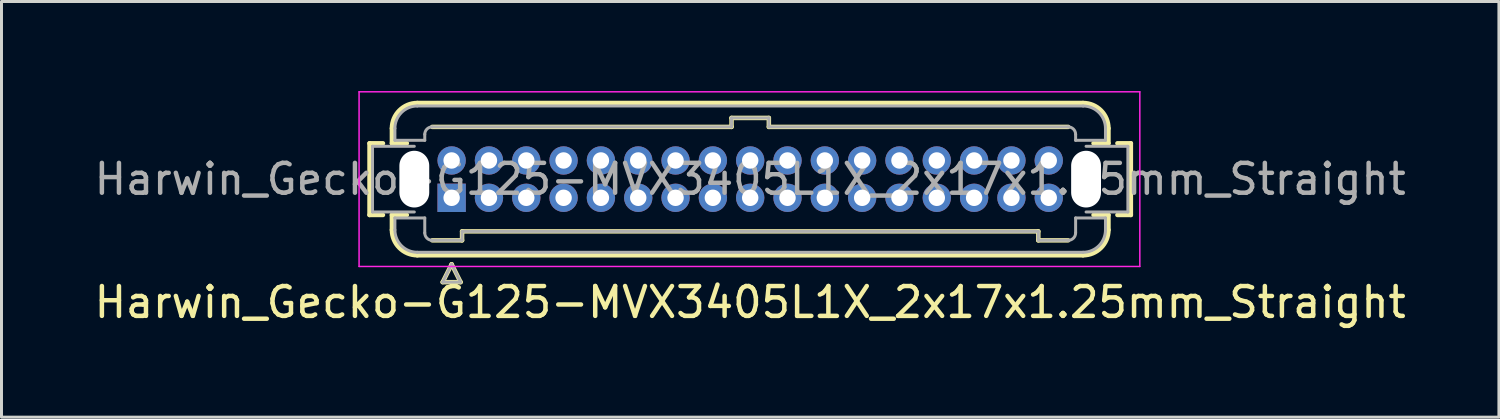
<source format=kicad_pcb>
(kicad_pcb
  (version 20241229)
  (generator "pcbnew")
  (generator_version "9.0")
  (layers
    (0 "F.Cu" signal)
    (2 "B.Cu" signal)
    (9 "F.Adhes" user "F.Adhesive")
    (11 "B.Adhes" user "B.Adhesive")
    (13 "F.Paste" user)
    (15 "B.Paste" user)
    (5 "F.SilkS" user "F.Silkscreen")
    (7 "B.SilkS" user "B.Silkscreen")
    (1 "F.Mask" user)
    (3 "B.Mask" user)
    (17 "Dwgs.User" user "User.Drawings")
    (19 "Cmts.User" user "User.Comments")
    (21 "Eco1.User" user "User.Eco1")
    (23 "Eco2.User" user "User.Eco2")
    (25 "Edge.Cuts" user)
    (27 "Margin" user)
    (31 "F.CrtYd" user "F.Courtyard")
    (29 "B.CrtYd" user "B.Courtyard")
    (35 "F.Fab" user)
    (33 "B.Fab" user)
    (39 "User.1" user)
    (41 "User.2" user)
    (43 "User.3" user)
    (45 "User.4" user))
  (footprint "Harwin_Gecko-G125-MVX3405L1X_2x17x1.25mm_Straight"
    (layer "F.Cu")
    (at 12.077 3.575)
    (property "Reference" "Harwin_Gecko-G125-MVX3405L1X_2x17x1.25mm_Straight" (at 10 3.5 0) (layer "F.SilkS") (effects (font (size 1 1) (thickness 0.15))))
    (attr through_hole)
    (fp_line (start -2.75 -1.825) (end -2.75 0.575) (stroke (width 0.15) (type solid)) (layer "F.SilkS"))
    (fp_line (start -2.75 0.575) (end -2.3 0.575) (stroke (width 0.15) (type solid)) (layer "F.SilkS"))
    (fp_line (start -2.3 -1.825) (end -2.75 -1.825) (stroke (width 0.15) (type solid)) (layer "F.SilkS"))
    (fp_line (start -2 -1.825) (end -2 -2.325) (stroke (width 0.15) (type solid)) (layer "F.SilkS"))
    (fp_line (start -2 -1.825) (end -1.5 -1.825) (stroke (width 0.15) (type solid)) (layer "F.SilkS"))
    (fp_line (start -2 0.575) (end -1.5 0.575) (stroke (width 0.15) (type solid)) (layer "F.SilkS"))
    (fp_line (start -2 1.075) (end -2 0.575) (stroke (width 0.15) (type solid)) (layer "F.SilkS"))
    (fp_line (start -1.15 -3.175) (end 21.15 -3.175) (stroke (width 0.15) (type solid)) (layer "F.SilkS"))
    (fp_line (start -1.15 1.925) (end 21.15 1.925) (stroke (width 0.15) (type solid)) (layer "F.SilkS"))
    (fp_line (start -0.65 -2.375) (end 9.375 -2.375) (stroke (width 0.15) (type solid)) (layer "F.SilkS"))
    (fp_line (start -0.65 1.425) (end 0.35 1.425) (stroke (width 0.15) (type solid)) (layer "F.SilkS"))
    (fp_line (start -0.3 2.825) (end 0.3 2.825) (stroke (width 0.15) (type solid)) (layer "F.SilkS"))
    (fp_line (start 0 2.225) (end -0.3 2.825) (stroke (width 0.15) (type solid)) (layer "F.SilkS"))
    (fp_line (start 0.3 2.825) (end 0 2.225) (stroke (width 0.15) (type solid)) (layer "F.SilkS"))
    (fp_line (start 0.35 1.125) (end 19.65 1.125) (stroke (width 0.15) (type solid)) (layer "F.SilkS"))
    (fp_line (start 0.35 1.425) (end 0.35 1.125) (stroke (width 0.15) (type solid)) (layer "F.SilkS"))
    (fp_line (start 9.375 -2.675) (end 10.625 -2.675) (stroke (width 0.15) (type solid)) (layer "F.SilkS"))
    (fp_line (start 9.375 -2.375) (end 9.375 -2.675) (stroke (width 0.15) (type solid)) (layer "F.SilkS"))
    (fp_line (start 10.625 -2.675) (end 10.625 -2.375) (stroke (width 0.15) (type solid)) (layer "F.SilkS"))
    (fp_line (start 10.625 -2.375) (end 20.65 -2.375) (stroke (width 0.15) (type solid)) (layer "F.SilkS"))
    (fp_line (start 19.65 1.125) (end 19.65 1.425) (stroke (width 0.15) (type solid)) (layer "F.SilkS"))
    (fp_line (start 19.65 1.425) (end 20.65 1.425) (stroke (width 0.15) (type solid)) (layer "F.SilkS"))
    (fp_line (start 22 -2.325) (end 22 -1.825) (stroke (width 0.15) (type solid)) (layer "F.SilkS"))
    (fp_line (start 22 -1.825) (end 21.5 -1.825) (stroke (width 0.15) (type solid)) (layer "F.SilkS"))
    (fp_line (start 22 0.575) (end 21.5 0.575) (stroke (width 0.15) (type solid)) (layer "F.SilkS"))
    (fp_line (start 22 1.075) (end 22 0.575) (stroke (width 0.15) (type solid)) (layer "F.SilkS"))
    (fp_line (start 22.3 0.575) (end 22.75 0.575) (stroke (width 0.15) (type solid)) (layer "F.SilkS"))
    (fp_line (start 22.75 -1.825) (end 22.3 -1.825) (stroke (width 0.15) (type solid)) (layer "F.SilkS"))
    (fp_line (start 22.75 -1.825) (end 22.75 0.575) (stroke (width 0.15) (type solid)) (layer "F.SilkS"))
    (fp_arc (start -2 -2.325) (mid -1.751041 -2.926041) (end -1.15 -3.175) (stroke (width 0.15) (type solid)) (layer "F.SilkS"))
    (fp_arc (start -1.15 1.925) (mid -1.751041 1.676041) (end -2 1.075) (stroke (width 0.15) (type solid)) (layer "F.SilkS"))
    (fp_arc (start 21.15 -3.175) (mid 21.751041 -2.926041) (end 22 -2.325) (stroke (width 0.15) (type solid)) (layer "F.SilkS"))
    (fp_arc (start 22 1.075) (mid 21.751041 1.676041) (end 21.15 1.925) (stroke (width 0.15) (type solid)) (layer "F.SilkS"))
    (fp_line (start -3.1 -3.55) (end -3.1 2.3) (stroke (width 0.05) (type solid)) (layer "F.CrtYd"))
    (fp_line (start -3.1 2.3) (end 23.05 2.3) (stroke (width 0.05) (type solid)) (layer "F.CrtYd"))
    (fp_line (start 23.05 -3.55) (end -3.1 -3.55) (stroke (width 0.05) (type solid)) (layer "F.CrtYd"))
    (fp_line (start 23.05 2.3) (end 23.05 -3.55) (stroke (width 0.05) (type solid)) (layer "F.CrtYd"))
    (fp_line (start -2.65 0.475) (end -2.65 -1.725) (stroke (width 0.1) (type solid)) (layer "F.Fab"))
    (fp_line (start -2.65 0.475) (end -1.25 0.475) (stroke (width 0.1) (type solid)) (layer "F.Fab"))
    (fp_line (start -1.9 -2.325) (end -1.9 -1.925) (stroke (width 0.1) (type solid)) (layer "F.Fab"))
    (fp_line (start -1.9 -1.925) (end -0.9 -1.925) (stroke (width 0.1) (type solid)) (layer "F.Fab"))
    (fp_line (start -1.9 0.675) (end -0.9 0.675) (stroke (width 0.1) (type solid)) (layer "F.Fab"))
    (fp_line (start -1.9 1.075) (end -1.9 0.675) (stroke (width 0.1) (type solid)) (layer "F.Fab"))
    (fp_line (start -1.25 -1.725) (end -2.65 -1.725) (stroke (width 0.1) (type solid)) (layer "F.Fab"))
    (fp_line (start -1.15 -3.075) (end 21.15 -3.075) (stroke (width 0.1) (type solid)) (layer "F.Fab"))
    (fp_line (start -1.15 1.825) (end 21.15 1.825) (stroke (width 0.1) (type solid)) (layer "F.Fab"))
    (fp_line (start -0.9 -2.125) (end -0.9 -1.925) (stroke (width 0.1) (type solid)) (layer "F.Fab"))
    (fp_line (start -0.9 1.175) (end -0.9 0.675) (stroke (width 0.1) (type solid)) (layer "F.Fab"))
    (fp_line (start -0.65 -2.375) (end 9.375 -2.375) (stroke (width 0.1) (type solid)) (layer "F.Fab"))
    (fp_line (start -0.65 1.425) (end 0.35 1.425) (stroke (width 0.1) (type solid)) (layer "F.Fab"))
    (fp_line (start -0.3 2.825) (end 0.3 2.825) (stroke (width 0.1) (type solid)) (layer "F.Fab"))
    (fp_line (start 0 2.225) (end -0.3 2.825) (stroke (width 0.1) (type solid)) (layer "F.Fab"))
    (fp_line (start 0.3 2.825) (end 0 2.225) (stroke (width 0.1) (type solid)) (layer "F.Fab"))
    (fp_line (start 0.35 1.125) (end 19.65 1.125) (stroke (width 0.1) (type solid)) (layer "F.Fab"))
    (fp_line (start 0.35 1.425) (end 0.35 1.125) (stroke (width 0.1) (type solid)) (layer "F.Fab"))
    (fp_line (start 9.375 -2.675) (end 10.625 -2.675) (stroke (width 0.1) (type solid)) (layer "F.Fab"))
    (fp_line (start 9.375 -2.375) (end 9.375 -2.675) (stroke (width 0.1) (type solid)) (layer "F.Fab"))
    (fp_line (start 10.625 -2.675) (end 10.625 -2.375) (stroke (width 0.1) (type solid)) (layer "F.Fab"))
    (fp_line (start 10.625 -2.375) (end 20.65 -2.375) (stroke (width 0.1) (type solid)) (layer "F.Fab"))
    (fp_line (start 19.65 1.125) (end 19.65 1.425) (stroke (width 0.1) (type solid)) (layer "F.Fab"))
    (fp_line (start 19.65 1.425) (end 20.65 1.425) (stroke (width 0.1) (type solid)) (layer "F.Fab"))
    (fp_line (start 20.9 -2.125) (end 20.9 -1.925) (stroke (width 0.1) (type solid)) (layer "F.Fab"))
    (fp_line (start 20.9 1.175) (end 20.9 0.675) (stroke (width 0.1) (type solid)) (layer "F.Fab"))
    (fp_line (start 21.25 0.475) (end 22.65 0.475) (stroke (width 0.1) (type solid)) (layer "F.Fab"))
    (fp_line (start 21.9 -2.325) (end 21.9 -1.925) (stroke (width 0.1) (type solid)) (layer "F.Fab"))
    (fp_line (start 21.9 -1.925) (end 20.9 -1.925) (stroke (width 0.1) (type solid)) (layer "F.Fab"))
    (fp_line (start 21.9 0.675) (end 20.9 0.675) (stroke (width 0.1) (type solid)) (layer "F.Fab"))
    (fp_line (start 21.9 1.075) (end 21.9 0.675) (stroke (width 0.1) (type solid)) (layer "F.Fab"))
    (fp_line (start 22.65 -1.725) (end 21.25 -1.725) (stroke (width 0.1) (type solid)) (layer "F.Fab"))
    (fp_line (start 22.65 -1.725) (end 22.65 0.475) (stroke (width 0.1) (type solid)) (layer "F.Fab"))
    (fp_arc (start -1.9 -2.325) (mid -1.68033 -2.85533) (end -1.15 -3.075) (stroke (width 0.1) (type solid)) (layer "F.Fab"))
    (fp_arc (start -1.15 1.825) (mid -1.68033 1.60533) (end -1.9 1.075) (stroke (width 0.1) (type solid)) (layer "F.Fab"))
    (fp_arc (start -0.9 -2.125) (mid -0.826777 -2.301777) (end -0.65 -2.375) (stroke (width 0.1) (type solid)) (layer "F.Fab"))
    (fp_arc (start -0.65 1.425) (mid -0.826777 1.351777) (end -0.9 1.175) (stroke (width 0.1) (type solid)) (layer "F.Fab"))
    (fp_arc (start 20.65 -2.375) (mid 20.826777 -2.301777) (end 20.9 -2.125) (stroke (width 0.1) (type solid)) (layer "F.Fab"))
    (fp_arc (start 20.9 1.175) (mid 20.826777 1.351777) (end 20.65 1.425) (stroke (width 0.1) (type solid)) (layer "F.Fab"))
    (fp_arc (start 21.15 -3.075) (mid 21.68033 -2.85533) (end 21.9 -2.325) (stroke (width 0.1) (type solid)) (layer "F.Fab"))
    (fp_arc (start 21.9 1.075) (mid 21.68033 1.60533) (end 21.15 1.825) (stroke (width 0.1) (type solid)) (layer "F.Fab"))
    (fp_text user "${REFERENCE}" (at 10 -0.625 0) (layer "F.Fab") (effects (font (size 1 1) (thickness 0.15))))
    (pad "" np_thru_hole oval (at -1.25 -0.625) (size 1 1.9) (drill oval 1 1.9) (layers "*.Cu" "*.Mask"))
    (pad "" np_thru_hole oval (at 21.25 -0.625) (size 1 1.9) (drill oval 1 1.9) (layers "*.Cu" "*.Mask"))
    (pad "1" thru_hole rect (at 0 0) (size 0.95 0.95) (drill 0.55) (layers "*.Cu" "*.Mask"))
    (pad "2" thru_hole circle (at 1.25 0) (size 0.95 0.95) (drill 0.55) (layers "*.Cu" "*.Mask"))
    (pad "3" thru_hole circle (at 2.5 0) (size 0.95 0.95) (drill 0.55) (layers "*.Cu" "*.Mask"))
    (pad "4" thru_hole circle (at 3.75 0) (size 0.95 0.95) (drill 0.55) (layers "*.Cu" "*.Mask"))
    (pad "5" thru_hole circle (at 5 0) (size 0.95 0.95) (drill 0.55) (layers "*.Cu" "*.Mask"))
    (pad "6" thru_hole circle (at 6.25 0) (size 0.95 0.95) (drill 0.55) (layers "*.Cu" "*.Mask"))
    (pad "7" thru_hole circle (at 7.5 0) (size 0.95 0.95) (drill 0.55) (layers "*.Cu" "*.Mask"))
    (pad "8" thru_hole circle (at 8.75 0) (size 0.95 0.95) (drill 0.55) (layers "*.Cu" "*.Mask"))
    (pad "9" thru_hole circle (at 10 0) (size 0.95 0.95) (drill 0.55) (layers "*.Cu" "*.Mask"))
    (pad "10" thru_hole circle (at 11.25 0) (size 0.95 0.95) (drill 0.55) (layers "*.Cu" "*.Mask"))
    (pad "11" thru_hole circle (at 12.5 0) (size 0.95 0.95) (drill 0.55) (layers "*.Cu" "*.Mask"))
    (pad "11" thru_hole circle (at 16.25 0) (size 0.95 0.95) (drill 0.55) (layers "*.Cu" "*.Mask"))
    (pad "12" thru_hole circle (at 13.75 0) (size 0.95 0.95) (drill 0.55) (layers "*.Cu" "*.Mask"))
    (pad "13" thru_hole circle (at 15 0) (size 0.95 0.95) (drill 0.55) (layers "*.Cu" "*.Mask"))
    (pad "15" thru_hole circle (at 17.5 0) (size 0.95 0.95) (drill 0.55) (layers "*.Cu" "*.Mask"))
    (pad "16" thru_hole circle (at 18.75 0) (size 0.95 0.95) (drill 0.55) (layers "*.Cu" "*.Mask"))
    (pad "17" thru_hole circle (at 20 0) (size 0.95 0.95) (drill 0.55) (layers "*.Cu" "*.Mask"))
    (pad "18" thru_hole circle (at 0 -1.25) (size 0.95 0.95) (drill 0.55) (layers "*.Cu" "*.Mask"))
    (pad "19" thru_hole circle (at 1.25 -1.25) (size 0.95 0.95) (drill 0.55) (layers "*.Cu" "*.Mask"))
    (pad "20" thru_hole circle (at 2.5 -1.25) (size 0.95 0.95) (drill 0.55) (layers "*.Cu" "*.Mask"))
    (pad "21" thru_hole circle (at 3.75 -1.25) (size 0.95 0.95) (drill 0.55) (layers "*.Cu" "*.Mask"))
    (pad "22" thru_hole circle (at 5 -1.25) (size 0.95 0.95) (drill 0.55) (layers "*.Cu" "*.Mask"))
    (pad "23" thru_hole circle (at 6.25 -1.25) (size 0.95 0.95) (drill 0.55) (layers "*.Cu" "*.Mask"))
    (pad "24" thru_hole circle (at 7.5 -1.25) (size 0.95 0.95) (drill 0.55) (layers "*.Cu" "*.Mask"))
    (pad "25" thru_hole circle (at 8.75 -1.25) (size 0.95 0.95) (drill 0.55) (layers "*.Cu" "*.Mask"))
    (pad "26" thru_hole circle (at 10 -1.25) (size 0.95 0.95) (drill 0.55) (layers "*.Cu" "*.Mask"))
    (pad "27" thru_hole circle (at 11.25 -1.25) (size 0.95 0.95) (drill 0.55) (layers "*.Cu" "*.Mask"))
    (pad "28" thru_hole circle (at 12.5 -1.25) (size 0.95 0.95) (drill 0.55) (layers "*.Cu" "*.Mask"))
    (pad "29" thru_hole circle (at 13.75 -1.25) (size 0.95 0.95) (drill 0.55) (layers "*.Cu" "*.Mask"))
    (pad "30" thru_hole circle (at 15 -1.25) (size 0.95 0.95) (drill 0.55) (layers "*.Cu" "*.Mask"))
    (pad "31" thru_hole circle (at 16.25 -1.25) (size 0.95 0.95) (drill 0.55) (layers "*.Cu" "*.Mask"))
    (pad "32" thru_hole circle (at 17.5 -1.25) (size 0.95 0.95) (drill 0.55) (layers "*.Cu" "*.Mask"))
    (pad "33" thru_hole circle (at 18.75 -1.25) (size 0.95 0.95) (drill 0.55) (layers "*.Cu" "*.Mask"))
    (pad "34" thru_hole circle (at 20 -1.25) (size 0.95 0.95) (drill 0.55) (layers "*.Cu" "*.Mask")))
  (gr_rect
    (start -3 -3)
    (end 47.155 10.923)
    (stroke (width 0.1) (type default))
    (fill no)
    (layer "Edge.Cuts")))
</source>
